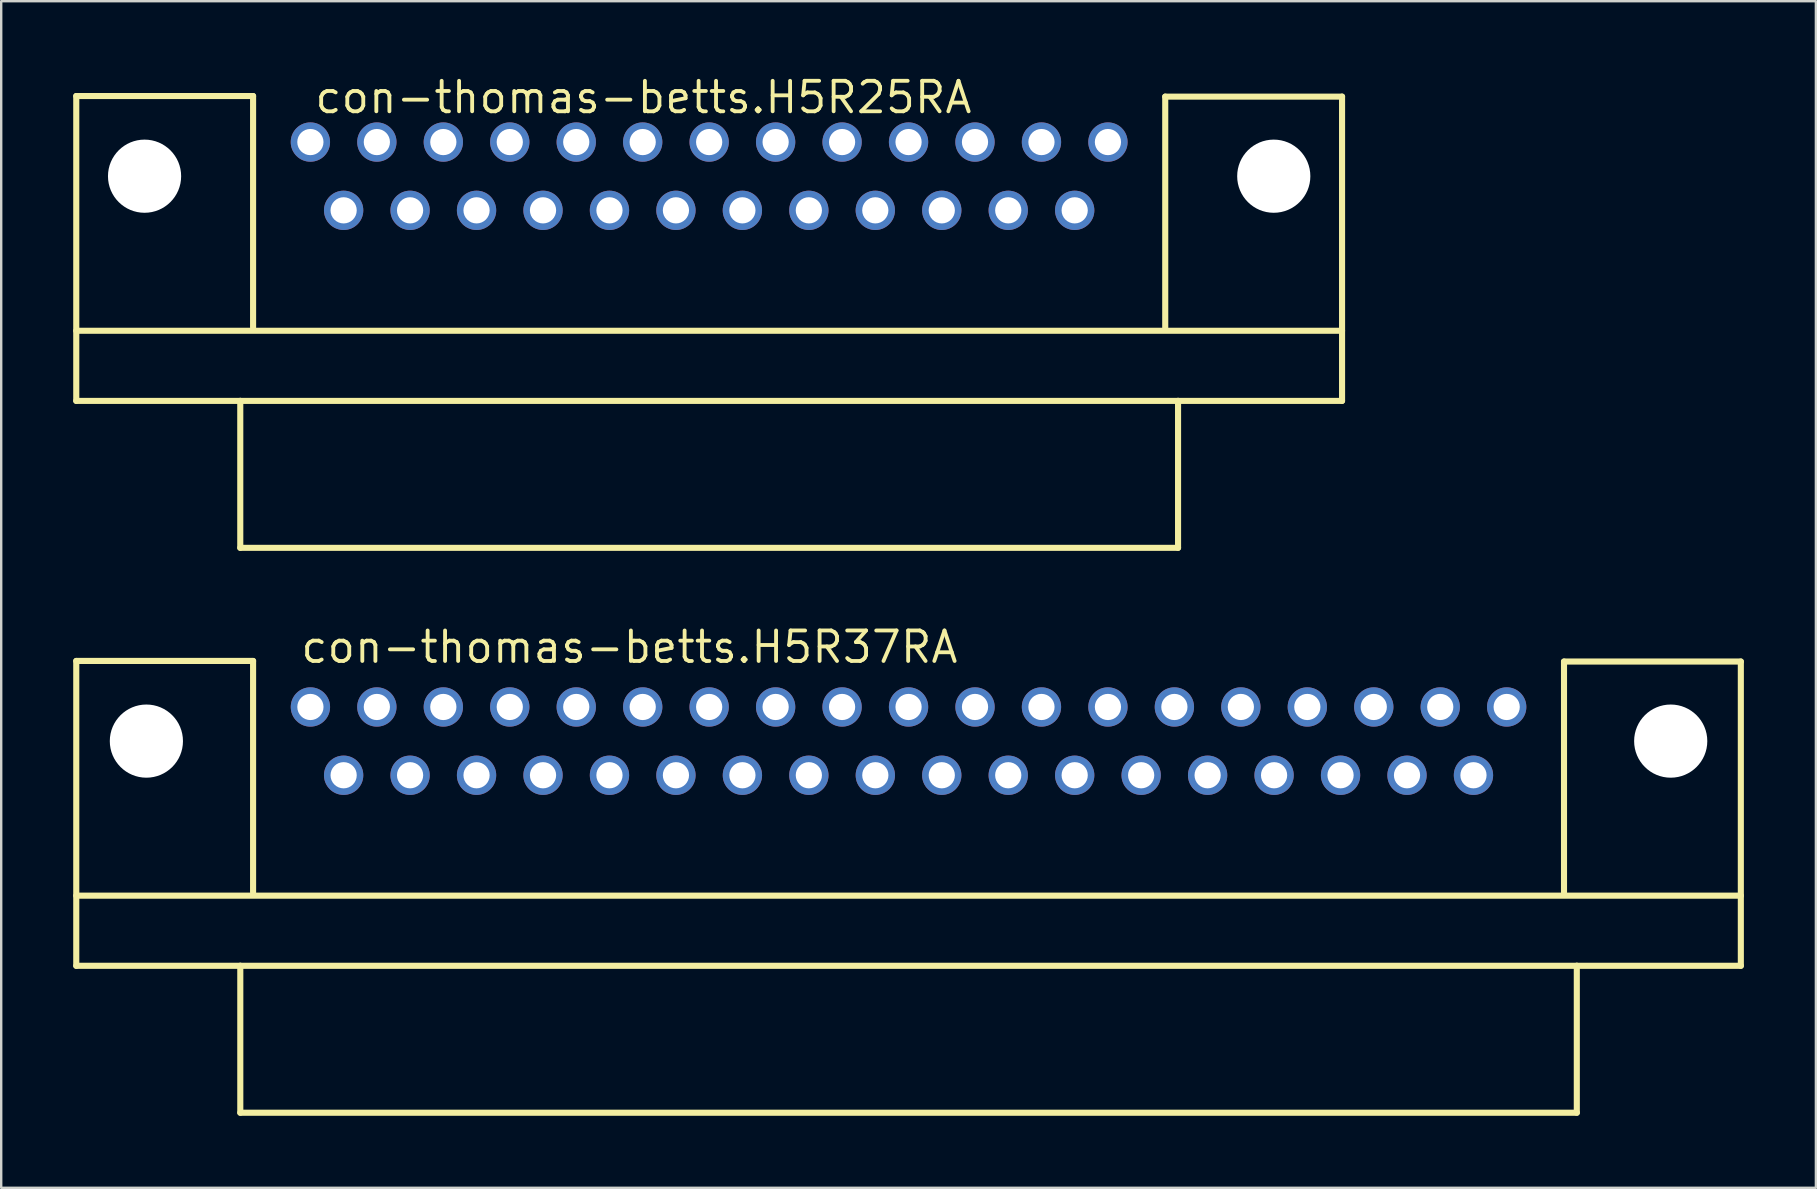
<source format=kicad_pcb>
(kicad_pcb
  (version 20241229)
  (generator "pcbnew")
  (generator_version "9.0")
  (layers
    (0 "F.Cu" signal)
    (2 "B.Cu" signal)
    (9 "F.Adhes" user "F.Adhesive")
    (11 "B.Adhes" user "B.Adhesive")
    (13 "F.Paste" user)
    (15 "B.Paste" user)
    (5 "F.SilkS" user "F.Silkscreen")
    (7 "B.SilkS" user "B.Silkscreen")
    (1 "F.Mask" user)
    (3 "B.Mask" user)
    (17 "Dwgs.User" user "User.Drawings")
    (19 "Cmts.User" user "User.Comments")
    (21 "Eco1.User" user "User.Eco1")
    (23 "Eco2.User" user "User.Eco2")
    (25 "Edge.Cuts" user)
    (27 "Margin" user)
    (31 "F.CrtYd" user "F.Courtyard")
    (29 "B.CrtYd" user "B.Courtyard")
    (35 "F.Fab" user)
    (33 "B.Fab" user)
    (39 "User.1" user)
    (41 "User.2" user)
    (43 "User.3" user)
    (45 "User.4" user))
  (footprint "con-thomas-betts.H5R25RA"
    (layer "F.Cu")
    (at 26.492 4.29)
    (property "Reference" "con-thomas-betts.H5R25RA" (at -16.51 -2.54 0) (layer "F.SilkS") (effects (font (size 1.27 1.27) (thickness 0.16)) (justify left bottom)))
    (attr through_hole)
    (fp_line (start -26.365 -3.34) (end -18.999 -3.34) (stroke (width 0.254) (type default)) (layer "F.SilkS"))
    (fp_line (start -26.365 6.439) (end 26.365 6.439) (stroke (width 0.254) (type default)) (layer "F.SilkS"))
    (fp_line (start -26.365 9.36) (end -26.365 -3.34) (stroke (width 0.254) (type default)) (layer "F.SilkS"))
    (fp_line (start -19.533 9.36) (end -26.365 9.36) (stroke (width 0.254) (type default)) (layer "F.SilkS"))
    (fp_line (start -19.533 9.36) (end 19.533 9.36) (stroke (width 0.254) (type default)) (layer "F.SilkS"))
    (fp_line (start -19.533 15.481) (end -19.533 9.36) (stroke (width 0.254) (type default)) (layer "F.SilkS"))
    (fp_line (start -18.999 -3.34) (end -18.999 6.299) (stroke (width 0.254) (type default)) (layer "F.SilkS"))
    (fp_line (start 18.999 -3.315) (end 18.999 6.299) (stroke (width 0.254) (type default)) (layer "F.SilkS"))
    (fp_line (start 19.533 9.36) (end 19.533 15.481) (stroke (width 0.254) (type default)) (layer "F.SilkS"))
    (fp_line (start 19.533 15.481) (end -19.533 15.481) (stroke (width 0.254) (type default)) (layer "F.SilkS"))
    (fp_line (start 26.365 -3.315) (end 18.999 -3.315) (stroke (width 0.254) (type default)) (layer "F.SilkS"))
    (fp_line (start 26.365 -3.315) (end 26.365 9.36) (stroke (width 0.254) (type default)) (layer "F.SilkS"))
    (fp_line (start 26.365 9.36) (end 19.533 9.36) (stroke (width 0.254) (type default)) (layer "F.SilkS"))
    (pad "" np_thru_hole circle (at -23.52 0) (size 3.048 3.048) (drill 3.048) (layers "*.Cu" "*.Mask"))
    (pad "" np_thru_hole circle (at 23.52 0) (size 3.048 3.048) (drill 3.048) (layers "*.Cu" "*.Mask"))
    (pad "1" thru_hole circle (at 16.612 -1.422) (size 1.638 1.638) (drill 1.092) (layers "*.Cu" "*.Mask"))
    (pad "2" thru_hole circle (at 13.843 -1.422) (size 1.638 1.638) (drill 1.092) (layers "*.Cu" "*.Mask"))
    (pad "3" thru_hole circle (at 11.074 -1.422) (size 1.638 1.638) (drill 1.092) (layers "*.Cu" "*.Mask"))
    (pad "4" thru_hole circle (at 8.306 -1.422) (size 1.638 1.638) (drill 1.092) (layers "*.Cu" "*.Mask"))
    (pad "5" thru_hole circle (at 5.537 -1.422) (size 1.638 1.638) (drill 1.092) (layers "*.Cu" "*.Mask"))
    (pad "6" thru_hole circle (at 2.769 -1.422) (size 1.638 1.638) (drill 1.092) (layers "*.Cu" "*.Mask"))
    (pad "7" thru_hole circle (at 0 -1.422) (size 1.638 1.638) (drill 1.092) (layers "*.Cu" "*.Mask"))
    (pad "8" thru_hole circle (at -2.769 -1.422) (size 1.638 1.638) (drill 1.092) (layers "*.Cu" "*.Mask"))
    (pad "9" thru_hole circle (at -5.537 -1.422) (size 1.638 1.638) (drill 1.092) (layers "*.Cu" "*.Mask"))
    (pad "10" thru_hole circle (at -8.306 -1.422) (size 1.638 1.638) (drill 1.092) (layers "*.Cu" "*.Mask"))
    (pad "11" thru_hole circle (at -11.074 -1.422) (size 1.638 1.638) (drill 1.092) (layers "*.Cu" "*.Mask"))
    (pad "12" thru_hole circle (at -13.843 -1.422) (size 1.638 1.638) (drill 1.092) (layers "*.Cu" "*.Mask"))
    (pad "13" thru_hole circle (at -16.612 -1.422) (size 1.638 1.638) (drill 1.092) (layers "*.Cu" "*.Mask"))
    (pad "14" thru_hole circle (at 15.227 1.422) (size 1.638 1.638) (drill 1.092) (layers "*.Cu" "*.Mask"))
    (pad "15" thru_hole circle (at 12.459 1.422) (size 1.638 1.638) (drill 1.092) (layers "*.Cu" "*.Mask"))
    (pad "16" thru_hole circle (at 9.69 1.422) (size 1.638 1.638) (drill 1.092) (layers "*.Cu" "*.Mask"))
    (pad "17" thru_hole circle (at 6.921 1.422) (size 1.638 1.638) (drill 1.092) (layers "*.Cu" "*.Mask"))
    (pad "18" thru_hole circle (at 4.153 1.422) (size 1.638 1.638) (drill 1.092) (layers "*.Cu" "*.Mask"))
    (pad "19" thru_hole circle (at 1.384 1.422) (size 1.638 1.638) (drill 1.092) (layers "*.Cu" "*.Mask"))
    (pad "20" thru_hole circle (at -1.384 1.422) (size 1.638 1.638) (drill 1.092) (layers "*.Cu" "*.Mask"))
    (pad "21" thru_hole circle (at -4.153 1.422) (size 1.638 1.638) (drill 1.092) (layers "*.Cu" "*.Mask"))
    (pad "22" thru_hole circle (at -6.921 1.422) (size 1.638 1.638) (drill 1.092) (layers "*.Cu" "*.Mask"))
    (pad "23" thru_hole circle (at -9.69 1.422) (size 1.638 1.638) (drill 1.092) (layers "*.Cu" "*.Mask"))
    (pad "24" thru_hole circle (at -12.459 1.422) (size 1.638 1.638) (drill 1.092) (layers "*.Cu" "*.Mask"))
    (pad "25" thru_hole circle (at -15.227 1.422) (size 1.638 1.638) (drill 1.092) (layers "*.Cu" "*.Mask")))
  (footprint "con-thomas-betts.H5R37RA"
    (layer "F.Cu")
    (at 34.798 27.823)
    (property "Reference" "con-thomas-betts.H5R37RA" (at -25.4 -3.175 0) (layer "F.SilkS") (effects (font (size 1.27 1.27) (thickness 0.16)) (justify left bottom)))
    (attr through_hole)
    (fp_line (start -34.671 -3.34) (end -27.305 -3.34) (stroke (width 0.254) (type default)) (layer "F.SilkS"))
    (fp_line (start -34.671 6.439) (end 34.671 6.439) (stroke (width 0.254) (type default)) (layer "F.SilkS"))
    (fp_line (start -34.671 9.36) (end -34.671 -3.34) (stroke (width 0.254) (type default)) (layer "F.SilkS"))
    (fp_line (start -27.838 9.36) (end -34.671 9.36) (stroke (width 0.254) (type default)) (layer "F.SilkS"))
    (fp_line (start -27.838 9.36) (end 27.838 9.36) (stroke (width 0.254) (type default)) (layer "F.SilkS"))
    (fp_line (start -27.838 15.481) (end -27.838 9.36) (stroke (width 0.254) (type default)) (layer "F.SilkS"))
    (fp_line (start -27.305 -3.34) (end -27.305 6.299) (stroke (width 0.254) (type default)) (layer "F.SilkS"))
    (fp_line (start 27.305 -3.315) (end 27.305 6.299) (stroke (width 0.254) (type default)) (layer "F.SilkS"))
    (fp_line (start 27.838 9.36) (end 27.838 15.481) (stroke (width 0.254) (type default)) (layer "F.SilkS"))
    (fp_line (start 27.838 15.481) (end -27.838 15.481) (stroke (width 0.254) (type default)) (layer "F.SilkS"))
    (fp_line (start 34.671 -3.315) (end 27.305 -3.315) (stroke (width 0.254) (type default)) (layer "F.SilkS"))
    (fp_line (start 34.671 -3.315) (end 34.671 9.36) (stroke (width 0.254) (type default)) (layer "F.SilkS"))
    (fp_line (start 34.671 9.36) (end 27.838 9.36) (stroke (width 0.254) (type default)) (layer "F.SilkS"))
    (pad "" np_thru_hole circle (at -31.75 0) (size 3.048 3.048) (drill 3.048) (layers "*.Cu" "*.Mask"))
    (pad "" np_thru_hole circle (at 31.75 0) (size 3.048 3.048) (drill 3.048) (layers "*.Cu" "*.Mask"))
    (pad "1" thru_hole circle (at 24.917 -1.422) (size 1.638 1.638) (drill 1.092) (layers "*.Cu" "*.Mask"))
    (pad "2" thru_hole circle (at 22.149 -1.422) (size 1.638 1.638) (drill 1.092) (layers "*.Cu" "*.Mask"))
    (pad "3" thru_hole circle (at 19.38 -1.422) (size 1.638 1.638) (drill 1.092) (layers "*.Cu" "*.Mask"))
    (pad "4" thru_hole circle (at 16.612 -1.422) (size 1.638 1.638) (drill 1.092) (layers "*.Cu" "*.Mask"))
    (pad "5" thru_hole circle (at 13.843 -1.422) (size 1.638 1.638) (drill 1.092) (layers "*.Cu" "*.Mask"))
    (pad "6" thru_hole circle (at 11.074 -1.422) (size 1.638 1.638) (drill 1.092) (layers "*.Cu" "*.Mask"))
    (pad "7" thru_hole circle (at 8.306 -1.422) (size 1.638 1.638) (drill 1.092) (layers "*.Cu" "*.Mask"))
    (pad "8" thru_hole circle (at 5.537 -1.422) (size 1.638 1.638) (drill 1.092) (layers "*.Cu" "*.Mask"))
    (pad "9" thru_hole circle (at 2.769 -1.422) (size 1.638 1.638) (drill 1.092) (layers "*.Cu" "*.Mask"))
    (pad "10" thru_hole circle (at 0 -1.422) (size 1.638 1.638) (drill 1.092) (layers "*.Cu" "*.Mask"))
    (pad "11" thru_hole circle (at -2.769 -1.422) (size 1.638 1.638) (drill 1.092) (layers "*.Cu" "*.Mask"))
    (pad "12" thru_hole circle (at -5.537 -1.422) (size 1.638 1.638) (drill 1.092) (layers "*.Cu" "*.Mask"))
    (pad "13" thru_hole circle (at -8.306 -1.422) (size 1.638 1.638) (drill 1.092) (layers "*.Cu" "*.Mask"))
    (pad "14" thru_hole circle (at -11.074 -1.422) (size 1.638 1.638) (drill 1.092) (layers "*.Cu" "*.Mask"))
    (pad "15" thru_hole circle (at -13.843 -1.422) (size 1.638 1.638) (drill 1.092) (layers "*.Cu" "*.Mask"))
    (pad "16" thru_hole circle (at -16.612 -1.422) (size 1.638 1.638) (drill 1.092) (layers "*.Cu" "*.Mask"))
    (pad "17" thru_hole circle (at -19.38 -1.422) (size 1.638 1.638) (drill 1.092) (layers "*.Cu" "*.Mask"))
    (pad "18" thru_hole circle (at -22.149 -1.422) (size 1.638 1.638) (drill 1.092) (layers "*.Cu" "*.Mask"))
    (pad "19" thru_hole circle (at -24.917 -1.422) (size 1.638 1.638) (drill 1.092) (layers "*.Cu" "*.Mask"))
    (pad "20" thru_hole circle (at 23.533 1.422) (size 1.638 1.638) (drill 1.092) (layers "*.Cu" "*.Mask"))
    (pad "21" thru_hole circle (at 20.765 1.422) (size 1.638 1.638) (drill 1.092) (layers "*.Cu" "*.Mask"))
    (pad "22" thru_hole circle (at 17.996 1.422) (size 1.638 1.638) (drill 1.092) (layers "*.Cu" "*.Mask"))
    (pad "23" thru_hole circle (at 15.227 1.422) (size 1.638 1.638) (drill 1.092) (layers "*.Cu" "*.Mask"))
    (pad "24" thru_hole circle (at 12.459 1.422) (size 1.638 1.638) (drill 1.092) (layers "*.Cu" "*.Mask"))
    (pad "25" thru_hole circle (at 9.69 1.422) (size 1.638 1.638) (drill 1.092) (layers "*.Cu" "*.Mask"))
    (pad "26" thru_hole circle (at 6.921 1.422) (size 1.638 1.638) (drill 1.092) (layers "*.Cu" "*.Mask"))
    (pad "27" thru_hole circle (at 4.153 1.422) (size 1.638 1.638) (drill 1.092) (layers "*.Cu" "*.Mask"))
    (pad "28" thru_hole circle (at 1.384 1.422) (size 1.638 1.638) (drill 1.092) (layers "*.Cu" "*.Mask"))
    (pad "29" thru_hole circle (at -1.384 1.422) (size 1.638 1.638) (drill 1.092) (layers "*.Cu" "*.Mask"))
    (pad "30" thru_hole circle (at -4.153 1.422) (size 1.638 1.638) (drill 1.092) (layers "*.Cu" "*.Mask"))
    (pad "31" thru_hole circle (at -6.921 1.422) (size 1.638 1.638) (drill 1.092) (layers "*.Cu" "*.Mask"))
    (pad "32" thru_hole circle (at -9.69 1.422) (size 1.638 1.638) (drill 1.092) (layers "*.Cu" "*.Mask"))
    (pad "33" thru_hole circle (at -12.459 1.422) (size 1.638 1.638) (drill 1.092) (layers "*.Cu" "*.Mask"))
    (pad "34" thru_hole circle (at -15.227 1.422) (size 1.638 1.638) (drill 1.092) (layers "*.Cu" "*.Mask"))
    (pad "35" thru_hole circle (at -17.996 1.422) (size 1.638 1.638) (drill 1.092) (layers "*.Cu" "*.Mask"))
    (pad "36" thru_hole circle (at -20.765 1.422) (size 1.638 1.638) (drill 1.092) (layers "*.Cu" "*.Mask"))
    (pad "37" thru_hole circle (at -23.533 1.422) (size 1.638 1.638) (drill 1.092) (layers "*.Cu" "*.Mask")))
  (gr_rect
    (start -3 -3)
    (end 72.596 46.432)
    (stroke (width 0.1) (type default))
    (fill no)
    (layer "Edge.Cuts")))
</source>
